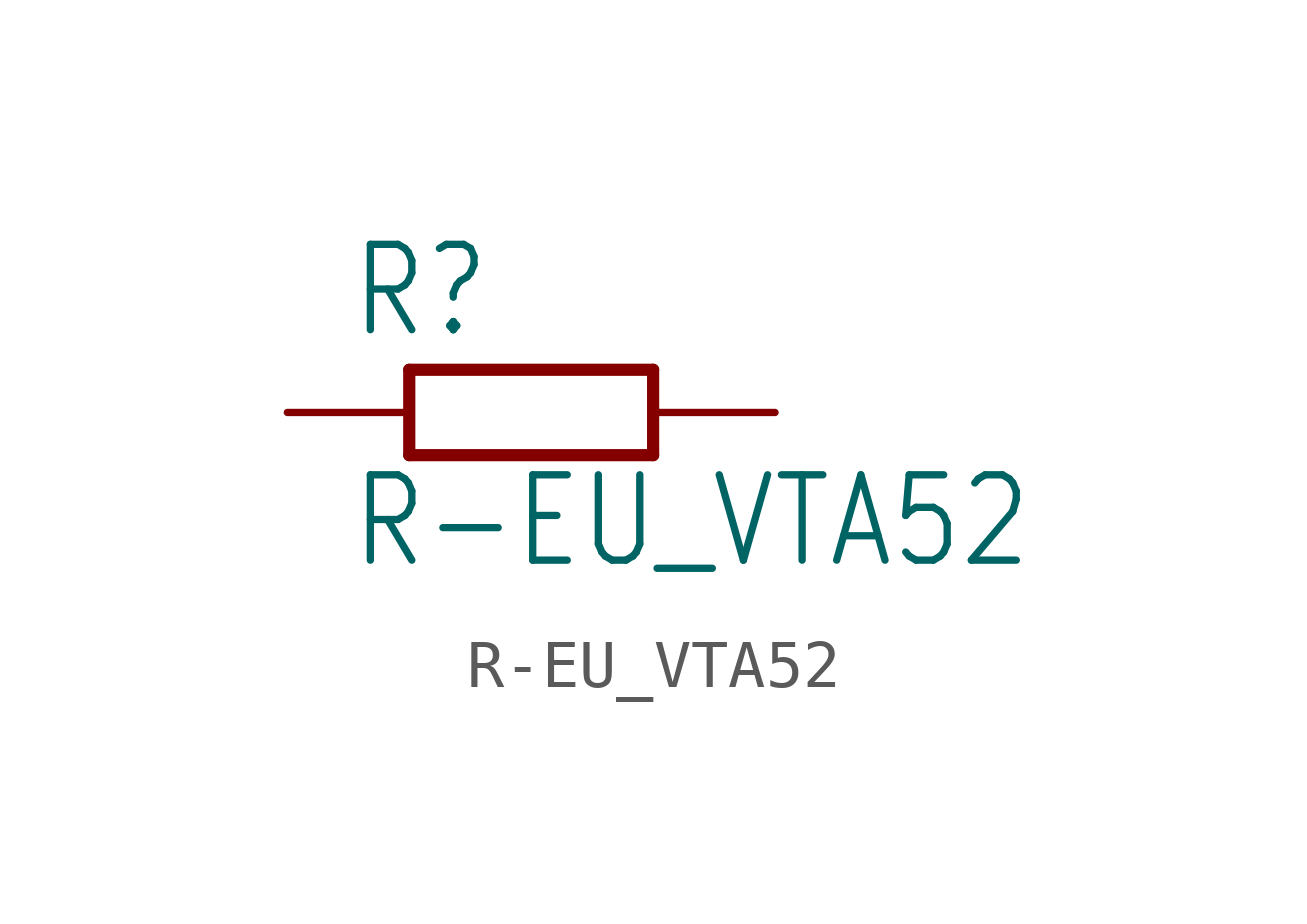
<source format=kicad_sym>
(kicad_symbol_lib
  (version 20210619)
  (generator kicad_symbol_editor)
  (symbol "R-EU_VTA52"
    (property "Reference" "R"
      (at -3.81 1.499 0)
      (effects (font (size 1.778 1.511)) (justify left bottom)))
    (property "Value" "R-EU_VTA52"
      (at -3.81 -3.302 0)
      (effects (font (size 1.778 1.511)) (justify left bottom)))
    (property "ki_locked" ""
      (at 0 0 0)
      (effects (font (size 1.27 1.27))))
    (symbol "R-EU_VTA52_1_0"
      (polyline (pts (xy -2.54 -0.889) (xy -2.54 0.889)) (stroke (width 0.254)) (fill (type none)))
      (polyline (pts (xy -2.54 -0.889) (xy 2.54 -0.889)) (stroke (width 0.254)) (fill (type none)))
      (polyline (pts (xy 2.54 -0.889) (xy 2.54 0.889)) (stroke (width 0.254)) (fill (type none)))
      (polyline (pts (xy 2.54 0.889) (xy -2.54 0.889)) (stroke (width 0.254)) (fill (type none)))
      (pin passive line (at -5.08 0 0) (length 2.54) (name "1" (effects (font (size 0 0)))) (number "1" (effects (font (size 0 0)))))
      (pin passive line (at 5.08 0 180) (length 2.54) (name "2" (effects (font (size 0 0)))) (number "2" (effects (font (size 0 0))))))))
</source>
